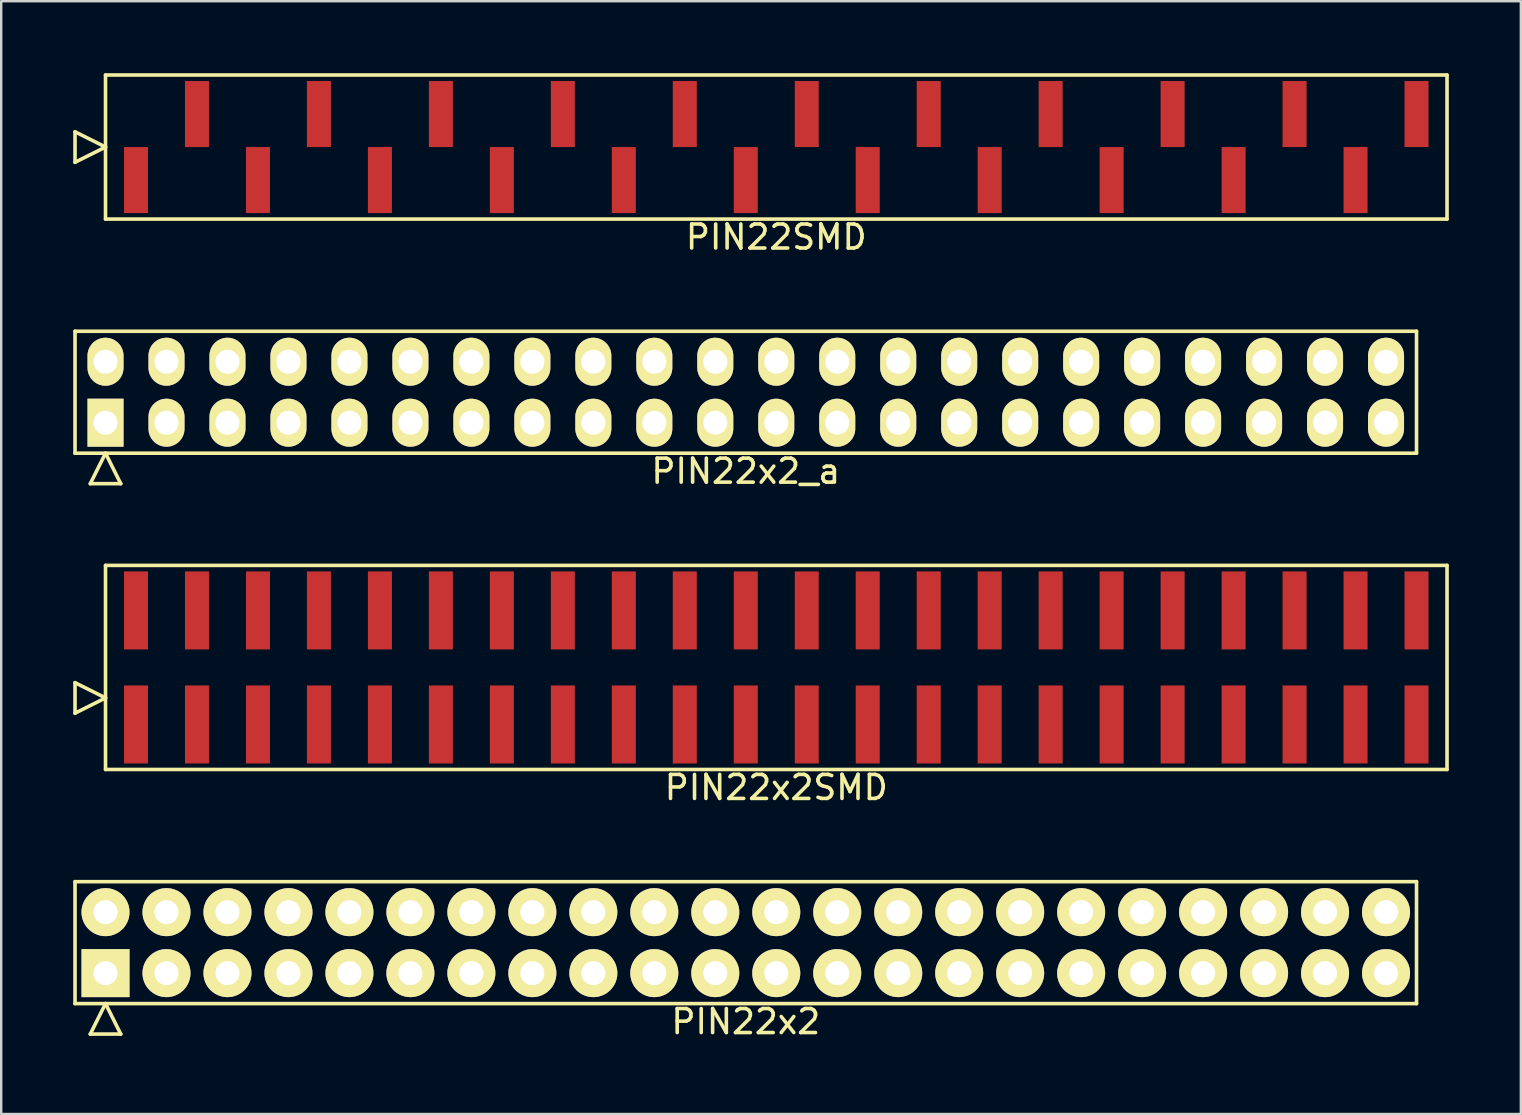
<source format=kicad_pcb>
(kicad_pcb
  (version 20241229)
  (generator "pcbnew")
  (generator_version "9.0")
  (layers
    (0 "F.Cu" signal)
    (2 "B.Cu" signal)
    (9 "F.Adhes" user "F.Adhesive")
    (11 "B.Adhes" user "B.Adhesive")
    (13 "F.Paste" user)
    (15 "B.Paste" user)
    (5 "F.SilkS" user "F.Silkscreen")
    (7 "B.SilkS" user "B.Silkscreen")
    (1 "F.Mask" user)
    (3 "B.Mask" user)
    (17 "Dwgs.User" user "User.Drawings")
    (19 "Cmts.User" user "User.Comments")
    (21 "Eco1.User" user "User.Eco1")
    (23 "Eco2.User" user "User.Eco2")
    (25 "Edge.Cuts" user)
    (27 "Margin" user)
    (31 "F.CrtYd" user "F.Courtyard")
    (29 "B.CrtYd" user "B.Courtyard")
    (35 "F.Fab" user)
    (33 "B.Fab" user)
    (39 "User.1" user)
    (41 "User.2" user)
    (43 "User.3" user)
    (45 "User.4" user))
  (footprint "PIN22x2_a"
    (layer "F.Cu")
    (at 28.015 13.288)
    (property "Reference" "PIN22x2_a" (at 0 3.29 0) (layer "F.SilkS") (effects (font (size 1 1) (thickness 0.15))))
    (attr through_hole)
    (fp_line (start -27.94 -2.54) (end -27.94 2.54) (stroke (width 0.15) (type solid)) (layer "F.SilkS"))
    (fp_line (start -27.94 2.54) (end 27.94 2.54) (stroke (width 0.15) (type solid)) (layer "F.SilkS"))
    (fp_line (start -27.305 3.81) (end -26.67 2.54) (stroke (width 0.15) (type solid)) (layer "F.SilkS"))
    (fp_line (start -27.305 3.81) (end -26.035 3.81) (stroke (width 0.15) (type solid)) (layer "F.SilkS"))
    (fp_line (start -26.035 3.81) (end -26.67 2.54) (stroke (width 0.15) (type solid)) (layer "F.SilkS"))
    (fp_line (start 27.94 -2.54) (end -27.94 -2.54) (stroke (width 0.15) (type solid)) (layer "F.SilkS"))
    (fp_line (start 27.94 2.54) (end 27.94 -2.54) (stroke (width 0.15) (type solid)) (layer "F.SilkS"))
    (pad "1" thru_hole rect (at -26.67 1.27) (size 1.5 2) (drill 1) (layers "*.Cu" "*.Mask" "F.SilkS"))
    (pad "2" thru_hole oval (at -26.67 -1.27) (size 1.5 2) (drill 1) (layers "*.Cu" "*.Mask" "F.SilkS"))
    (pad "3" thru_hole oval (at -24.13 1.27) (size 1.5 2) (drill 1) (layers "*.Cu" "*.Mask" "F.SilkS"))
    (pad "4" thru_hole oval (at -24.13 -1.27) (size 1.5 2) (drill 1) (layers "*.Cu" "*.Mask" "F.SilkS"))
    (pad "5" thru_hole oval (at -21.59 1.27) (size 1.5 2) (drill 1) (layers "*.Cu" "*.Mask" "F.SilkS"))
    (pad "6" thru_hole oval (at -21.59 -1.27) (size 1.5 2) (drill 1) (layers "*.Cu" "*.Mask" "F.SilkS"))
    (pad "7" thru_hole oval (at -19.05 1.27) (size 1.5 2) (drill 1) (layers "*.Cu" "*.Mask" "F.SilkS"))
    (pad "8" thru_hole oval (at -19.05 -1.27) (size 1.5 2) (drill 1) (layers "*.Cu" "*.Mask" "F.SilkS"))
    (pad "9" thru_hole oval (at -16.51 1.27) (size 1.5 2) (drill 1) (layers "*.Cu" "*.Mask" "F.SilkS"))
    (pad "10" thru_hole oval (at -16.51 -1.27) (size 1.5 2) (drill 1) (layers "*.Cu" "*.Mask" "F.SilkS"))
    (pad "11" thru_hole oval (at -13.97 1.27) (size 1.5 2) (drill 1) (layers "*.Cu" "*.Mask" "F.SilkS"))
    (pad "12" thru_hole oval (at -13.97 -1.27) (size 1.5 2) (drill 1) (layers "*.Cu" "*.Mask" "F.SilkS"))
    (pad "13" thru_hole oval (at -11.43 1.27) (size 1.5 2) (drill 1) (layers "*.Cu" "*.Mask" "F.SilkS"))
    (pad "14" thru_hole oval (at -11.43 -1.27) (size 1.5 2) (drill 1) (layers "*.Cu" "*.Mask" "F.SilkS"))
    (pad "15" thru_hole oval (at -8.89 1.27) (size 1.5 2) (drill 1) (layers "*.Cu" "*.Mask" "F.SilkS"))
    (pad "16" thru_hole oval (at -8.89 -1.27) (size 1.5 2) (drill 1) (layers "*.Cu" "*.Mask" "F.SilkS"))
    (pad "17" thru_hole oval (at -6.35 1.27) (size 1.5 2) (drill 1) (layers "*.Cu" "*.Mask" "F.SilkS"))
    (pad "18" thru_hole oval (at -6.35 -1.27) (size 1.5 2) (drill 1) (layers "*.Cu" "*.Mask" "F.SilkS"))
    (pad "19" thru_hole oval (at -3.81 1.27) (size 1.5 2) (drill 1) (layers "*.Cu" "*.Mask" "F.SilkS"))
    (pad "20" thru_hole oval (at -3.81 -1.27) (size 1.5 2) (drill 1) (layers "*.Cu" "*.Mask" "F.SilkS"))
    (pad "21" thru_hole oval (at -1.27 1.27) (size 1.5 2) (drill 1) (layers "*.Cu" "*.Mask" "F.SilkS"))
    (pad "22" thru_hole oval (at -1.27 -1.27) (size 1.5 2) (drill 1) (layers "*.Cu" "*.Mask" "F.SilkS"))
    (pad "23" thru_hole oval (at 1.27 1.27) (size 1.5 2) (drill 1) (layers "*.Cu" "*.Mask" "F.SilkS"))
    (pad "24" thru_hole oval (at 1.27 -1.27) (size 1.5 2) (drill 1) (layers "*.Cu" "*.Mask" "F.SilkS"))
    (pad "25" thru_hole oval (at 3.81 1.27) (size 1.5 2) (drill 1) (layers "*.Cu" "*.Mask" "F.SilkS"))
    (pad "26" thru_hole oval (at 3.81 -1.27) (size 1.5 2) (drill 1) (layers "*.Cu" "*.Mask" "F.SilkS"))
    (pad "27" thru_hole oval (at 6.35 1.27) (size 1.5 2) (drill 1) (layers "*.Cu" "*.Mask" "F.SilkS"))
    (pad "28" thru_hole oval (at 6.35 -1.27) (size 1.5 2) (drill 1) (layers "*.Cu" "*.Mask" "F.SilkS"))
    (pad "29" thru_hole oval (at 8.89 1.27) (size 1.5 2) (drill 1) (layers "*.Cu" "*.Mask" "F.SilkS"))
    (pad "30" thru_hole oval (at 8.89 -1.27) (size 1.5 2) (drill 1) (layers "*.Cu" "*.Mask" "F.SilkS"))
    (pad "31" thru_hole oval (at 11.43 1.27) (size 1.5 2) (drill 1) (layers "*.Cu" "*.Mask" "F.SilkS"))
    (pad "32" thru_hole oval (at 11.43 -1.27) (size 1.5 2) (drill 1) (layers "*.Cu" "*.Mask" "F.SilkS"))
    (pad "33" thru_hole oval (at 13.97 1.27) (size 1.5 2) (drill 1) (layers "*.Cu" "*.Mask" "F.SilkS"))
    (pad "34" thru_hole oval (at 13.97 -1.27) (size 1.5 2) (drill 1) (layers "*.Cu" "*.Mask" "F.SilkS"))
    (pad "35" thru_hole oval (at 16.51 1.27) (size 1.5 2) (drill 1) (layers "*.Cu" "*.Mask" "F.SilkS"))
    (pad "36" thru_hole oval (at 16.51 -1.27) (size 1.5 2) (drill 1) (layers "*.Cu" "*.Mask" "F.SilkS"))
    (pad "37" thru_hole oval (at 19.05 1.27) (size 1.5 2) (drill 1) (layers "*.Cu" "*.Mask" "F.SilkS"))
    (pad "38" thru_hole oval (at 19.05 -1.27) (size 1.5 2) (drill 1) (layers "*.Cu" "*.Mask" "F.SilkS"))
    (pad "39" thru_hole oval (at 21.59 1.27) (size 1.5 2) (drill 1) (layers "*.Cu" "*.Mask" "F.SilkS"))
    (pad "40" thru_hole oval (at 21.59 -1.27) (size 1.5 2) (drill 1) (layers "*.Cu" "*.Mask" "F.SilkS"))
    (pad "41" thru_hole oval (at 24.13 1.27) (size 1.5 2) (drill 1) (layers "*.Cu" "*.Mask" "F.SilkS"))
    (pad "42" thru_hole oval (at 24.13 -1.27) (size 1.5 2) (drill 1) (layers "*.Cu" "*.Mask" "F.SilkS"))
    (pad "43" thru_hole oval (at 26.67 1.27) (size 1.5 2) (drill 1) (layers "*.Cu" "*.Mask" "F.SilkS"))
    (pad "44" thru_hole oval (at 26.67 -1.27) (size 1.5 2) (drill 1) (layers "*.Cu" "*.Mask" "F.SilkS")))
  (footprint "PIN22x2SMD"
    (layer "F.Cu")
    (at 29.285 24.752)
    (property "Reference" "PIN22x2SMD" (at 0 5 0) (layer "F.SilkS") (effects (font (size 1 1) (thickness 0.15))))
    (attr through_hole)
    (fp_line (start -29.21 1.905) (end -29.21 0.635) (stroke (width 0.15) (type solid)) (layer "F.SilkS"))
    (fp_line (start -27.94 -4.25) (end -27.94 4.25) (stroke (width 0.15) (type solid)) (layer "F.SilkS"))
    (fp_line (start -27.94 1.27) (end -29.21 0.635) (stroke (width 0.15) (type solid)) (layer "F.SilkS"))
    (fp_line (start -27.94 1.27) (end -29.21 1.905) (stroke (width 0.15) (type solid)) (layer "F.SilkS"))
    (fp_line (start -27.94 4.25) (end 27.94 4.25) (stroke (width 0.15) (type solid)) (layer "F.SilkS"))
    (fp_line (start 27.94 -4.25) (end -27.94 -4.25) (stroke (width 0.15) (type solid)) (layer "F.SilkS"))
    (fp_line (start 27.94 4.25) (end 27.94 -4.25) (stroke (width 0.15) (type solid)) (layer "F.SilkS"))
    (pad "1" smd rect (at -26.67 2.375) (size 1 3.25) (layers "F.Cu" "F.Mask" "F.Paste"))
    (pad "2" smd rect (at -26.67 -2.375) (size 1 3.25) (layers "F.Cu" "F.Mask" "F.Paste"))
    (pad "3" smd rect (at -24.13 2.375) (size 1 3.25) (layers "F.Cu" "F.Mask" "F.Paste"))
    (pad "4" smd rect (at -24.13 -2.375) (size 1 3.25) (layers "F.Cu" "F.Mask" "F.Paste"))
    (pad "5" smd rect (at -21.59 2.375) (size 1 3.25) (layers "F.Cu" "F.Mask" "F.Paste"))
    (pad "6" smd rect (at -21.59 -2.375) (size 1 3.25) (layers "F.Cu" "F.Mask" "F.Paste"))
    (pad "7" smd rect (at -19.05 2.375) (size 1 3.25) (layers "F.Cu" "F.Mask" "F.Paste"))
    (pad "8" smd rect (at -19.05 -2.375) (size 1 3.25) (layers "F.Cu" "F.Mask" "F.Paste"))
    (pad "9" smd rect (at -16.51 2.375) (size 1 3.25) (layers "F.Cu" "F.Mask" "F.Paste"))
    (pad "10" smd rect (at -16.51 -2.375) (size 1 3.25) (layers "F.Cu" "F.Mask" "F.Paste"))
    (pad "11" smd rect (at -13.97 2.375) (size 1 3.25) (layers "F.Cu" "F.Mask" "F.Paste"))
    (pad "12" smd rect (at -13.97 -2.375) (size 1 3.25) (layers "F.Cu" "F.Mask" "F.Paste"))
    (pad "13" smd rect (at -11.43 2.375) (size 1 3.25) (layers "F.Cu" "F.Mask" "F.Paste"))
    (pad "14" smd rect (at -11.43 -2.375) (size 1 3.25) (layers "F.Cu" "F.Mask" "F.Paste"))
    (pad "15" smd rect (at -8.89 2.375) (size 1 3.25) (layers "F.Cu" "F.Mask" "F.Paste"))
    (pad "16" smd rect (at -8.89 -2.375) (size 1 3.25) (layers "F.Cu" "F.Mask" "F.Paste"))
    (pad "17" smd rect (at -6.35 2.375) (size 1 3.25) (layers "F.Cu" "F.Mask" "F.Paste"))
    (pad "18" smd rect (at -6.35 -2.375) (size 1 3.25) (layers "F.Cu" "F.Mask" "F.Paste"))
    (pad "19" smd rect (at -3.81 2.375) (size 1 3.25) (layers "F.Cu" "F.Mask" "F.Paste"))
    (pad "20" smd rect (at -3.81 -2.375) (size 1 3.25) (layers "F.Cu" "F.Mask" "F.Paste"))
    (pad "21" smd rect (at -1.27 2.375) (size 1 3.25) (layers "F.Cu" "F.Mask" "F.Paste"))
    (pad "22" smd rect (at -1.27 -2.375) (size 1 3.25) (layers "F.Cu" "F.Mask" "F.Paste"))
    (pad "23" smd rect (at 1.27 2.375) (size 1 3.25) (layers "F.Cu" "F.Mask" "F.Paste"))
    (pad "24" smd rect (at 1.27 -2.375) (size 1 3.25) (layers "F.Cu" "F.Mask" "F.Paste"))
    (pad "25" smd rect (at 3.81 2.375) (size 1 3.25) (layers "F.Cu" "F.Mask" "F.Paste"))
    (pad "26" smd rect (at 3.81 -2.375) (size 1 3.25) (layers "F.Cu" "F.Mask" "F.Paste"))
    (pad "27" smd rect (at 6.35 2.375) (size 1 3.25) (layers "F.Cu" "F.Mask" "F.Paste"))
    (pad "28" smd rect (at 6.35 -2.375) (size 1 3.25) (layers "F.Cu" "F.Mask" "F.Paste"))
    (pad "29" smd rect (at 8.89 2.375) (size 1 3.25) (layers "F.Cu" "F.Mask" "F.Paste"))
    (pad "30" smd rect (at 8.89 -2.375) (size 1 3.25) (layers "F.Cu" "F.Mask" "F.Paste"))
    (pad "31" smd rect (at 11.43 2.375) (size 1 3.25) (layers "F.Cu" "F.Mask" "F.Paste"))
    (pad "32" smd rect (at 11.43 -2.375) (size 1 3.25) (layers "F.Cu" "F.Mask" "F.Paste"))
    (pad "33" smd rect (at 13.97 2.375) (size 1 3.25) (layers "F.Cu" "F.Mask" "F.Paste"))
    (pad "34" smd rect (at 13.97 -2.375) (size 1 3.25) (layers "F.Cu" "F.Mask" "F.Paste"))
    (pad "35" smd rect (at 16.51 2.375) (size 1 3.25) (layers "F.Cu" "F.Mask" "F.Paste"))
    (pad "36" smd rect (at 16.51 -2.375) (size 1 3.25) (layers "F.Cu" "F.Mask" "F.Paste"))
    (pad "37" smd rect (at 19.05 2.375) (size 1 3.25) (layers "F.Cu" "F.Mask" "F.Paste"))
    (pad "38" smd rect (at 19.05 -2.375) (size 1 3.25) (layers "F.Cu" "F.Mask" "F.Paste"))
    (pad "39" smd rect (at 21.59 2.375) (size 1 3.25) (layers "F.Cu" "F.Mask" "F.Paste"))
    (pad "40" smd rect (at 21.59 -2.375) (size 1 3.25) (layers "F.Cu" "F.Mask" "F.Paste"))
    (pad "41" smd rect (at 24.13 2.375) (size 1 3.25) (layers "F.Cu" "F.Mask" "F.Paste"))
    (pad "42" smd rect (at 24.13 -2.375) (size 1 3.25) (layers "F.Cu" "F.Mask" "F.Paste"))
    (pad "43" smd rect (at 26.67 2.375) (size 1 3.25) (layers "F.Cu" "F.Mask" "F.Paste"))
    (pad "44" smd rect (at 26.67 -2.375) (size 1 3.25) (layers "F.Cu" "F.Mask" "F.Paste")))
  (footprint "PIN22x2"
    (layer "F.Cu")
    (at 28.015 36.215)
    (property "Reference" "PIN22x2" (at 0 3.29 0) (layer "F.SilkS") (effects (font (size 1 1) (thickness 0.15))))
    (attr through_hole)
    (fp_line (start -27.94 -2.54) (end -27.94 2.54) (stroke (width 0.15) (type solid)) (layer "F.SilkS"))
    (fp_line (start -27.94 2.54) (end 27.94 2.54) (stroke (width 0.15) (type solid)) (layer "F.SilkS"))
    (fp_line (start -27.305 3.81) (end -26.67 2.54) (stroke (width 0.15) (type solid)) (layer "F.SilkS"))
    (fp_line (start -27.305 3.81) (end -26.035 3.81) (stroke (width 0.15) (type solid)) (layer "F.SilkS"))
    (fp_line (start -26.035 3.81) (end -26.67 2.54) (stroke (width 0.15) (type solid)) (layer "F.SilkS"))
    (fp_line (start 27.94 -2.54) (end -27.94 -2.54) (stroke (width 0.15) (type solid)) (layer "F.SilkS"))
    (fp_line (start 27.94 2.54) (end 27.94 -2.54) (stroke (width 0.15) (type solid)) (layer "F.SilkS"))
    (pad "1" thru_hole rect (at -26.67 1.27) (size 2 2) (drill 1) (layers "*.Cu" "*.Mask" "F.SilkS"))
    (pad "2" thru_hole oval (at -26.67 -1.27) (size 2 2) (drill 1) (layers "*.Cu" "*.Mask" "F.SilkS"))
    (pad "3" thru_hole oval (at -24.13 1.27) (size 2 2) (drill 1) (layers "*.Cu" "*.Mask" "F.SilkS"))
    (pad "4" thru_hole oval (at -24.13 -1.27) (size 2 2) (drill 1) (layers "*.Cu" "*.Mask" "F.SilkS"))
    (pad "5" thru_hole oval (at -21.59 1.27) (size 2 2) (drill 1) (layers "*.Cu" "*.Mask" "F.SilkS"))
    (pad "6" thru_hole oval (at -21.59 -1.27) (size 2 2) (drill 1) (layers "*.Cu" "*.Mask" "F.SilkS"))
    (pad "7" thru_hole oval (at -19.05 1.27) (size 2 2) (drill 1) (layers "*.Cu" "*.Mask" "F.SilkS"))
    (pad "8" thru_hole oval (at -19.05 -1.27) (size 2 2) (drill 1) (layers "*.Cu" "*.Mask" "F.SilkS"))
    (pad "9" thru_hole oval (at -16.51 1.27) (size 2 2) (drill 1) (layers "*.Cu" "*.Mask" "F.SilkS"))
    (pad "10" thru_hole oval (at -16.51 -1.27) (size 2 2) (drill 1) (layers "*.Cu" "*.Mask" "F.SilkS"))
    (pad "11" thru_hole oval (at -13.97 1.27) (size 2 2) (drill 1) (layers "*.Cu" "*.Mask" "F.SilkS"))
    (pad "12" thru_hole oval (at -13.97 -1.27) (size 2 2) (drill 1) (layers "*.Cu" "*.Mask" "F.SilkS"))
    (pad "13" thru_hole oval (at -11.43 1.27) (size 2 2) (drill 1) (layers "*.Cu" "*.Mask" "F.SilkS"))
    (pad "14" thru_hole oval (at -11.43 -1.27) (size 2 2) (drill 1) (layers "*.Cu" "*.Mask" "F.SilkS"))
    (pad "15" thru_hole oval (at -8.89 1.27) (size 2 2) (drill 1) (layers "*.Cu" "*.Mask" "F.SilkS"))
    (pad "16" thru_hole oval (at -8.89 -1.27) (size 2 2) (drill 1) (layers "*.Cu" "*.Mask" "F.SilkS"))
    (pad "17" thru_hole oval (at -6.35 1.27) (size 2 2) (drill 1) (layers "*.Cu" "*.Mask" "F.SilkS"))
    (pad "18" thru_hole oval (at -6.35 -1.27) (size 2 2) (drill 1) (layers "*.Cu" "*.Mask" "F.SilkS"))
    (pad "19" thru_hole oval (at -3.81 1.27) (size 2 2) (drill 1) (layers "*.Cu" "*.Mask" "F.SilkS"))
    (pad "20" thru_hole oval (at -3.81 -1.27) (size 2 2) (drill 1) (layers "*.Cu" "*.Mask" "F.SilkS"))
    (pad "21" thru_hole oval (at -1.27 1.27) (size 2 2) (drill 1) (layers "*.Cu" "*.Mask" "F.SilkS"))
    (pad "22" thru_hole oval (at -1.27 -1.27) (size 2 2) (drill 1) (layers "*.Cu" "*.Mask" "F.SilkS"))
    (pad "23" thru_hole oval (at 1.27 1.27) (size 2 2) (drill 1) (layers "*.Cu" "*.Mask" "F.SilkS"))
    (pad "24" thru_hole oval (at 1.27 -1.27) (size 2 2) (drill 1) (layers "*.Cu" "*.Mask" "F.SilkS"))
    (pad "25" thru_hole oval (at 3.81 1.27) (size 2 2) (drill 1) (layers "*.Cu" "*.Mask" "F.SilkS"))
    (pad "26" thru_hole oval (at 3.81 -1.27) (size 2 2) (drill 1) (layers "*.Cu" "*.Mask" "F.SilkS"))
    (pad "27" thru_hole oval (at 6.35 1.27) (size 2 2) (drill 1) (layers "*.Cu" "*.Mask" "F.SilkS"))
    (pad "28" thru_hole oval (at 6.35 -1.27) (size 2 2) (drill 1) (layers "*.Cu" "*.Mask" "F.SilkS"))
    (pad "29" thru_hole oval (at 8.89 1.27) (size 2 2) (drill 1) (layers "*.Cu" "*.Mask" "F.SilkS"))
    (pad "30" thru_hole oval (at 8.89 -1.27) (size 2 2) (drill 1) (layers "*.Cu" "*.Mask" "F.SilkS"))
    (pad "31" thru_hole oval (at 11.43 1.27) (size 2 2) (drill 1) (layers "*.Cu" "*.Mask" "F.SilkS"))
    (pad "32" thru_hole oval (at 11.43 -1.27) (size 2 2) (drill 1) (layers "*.Cu" "*.Mask" "F.SilkS"))
    (pad "33" thru_hole oval (at 13.97 1.27) (size 2 2) (drill 1) (layers "*.Cu" "*.Mask" "F.SilkS"))
    (pad "34" thru_hole oval (at 13.97 -1.27) (size 2 2) (drill 1) (layers "*.Cu" "*.Mask" "F.SilkS"))
    (pad "35" thru_hole oval (at 16.51 1.27) (size 2 2) (drill 1) (layers "*.Cu" "*.Mask" "F.SilkS"))
    (pad "36" thru_hole oval (at 16.51 -1.27) (size 2 2) (drill 1) (layers "*.Cu" "*.Mask" "F.SilkS"))
    (pad "37" thru_hole oval (at 19.05 1.27) (size 2 2) (drill 1) (layers "*.Cu" "*.Mask" "F.SilkS"))
    (pad "38" thru_hole oval (at 19.05 -1.27) (size 2 2) (drill 1) (layers "*.Cu" "*.Mask" "F.SilkS"))
    (pad "39" thru_hole oval (at 21.59 1.27) (size 2 2) (drill 1) (layers "*.Cu" "*.Mask" "F.SilkS"))
    (pad "40" thru_hole oval (at 21.59 -1.27) (size 2 2) (drill 1) (layers "*.Cu" "*.Mask" "F.SilkS"))
    (pad "41" thru_hole oval (at 24.13 1.27) (size 2 2) (drill 1) (layers "*.Cu" "*.Mask" "F.SilkS"))
    (pad "42" thru_hole oval (at 24.13 -1.27) (size 2 2) (drill 1) (layers "*.Cu" "*.Mask" "F.SilkS"))
    (pad "43" thru_hole oval (at 26.67 1.27) (size 2 2) (drill 1) (layers "*.Cu" "*.Mask" "F.SilkS"))
    (pad "44" thru_hole oval (at 26.67 -1.27) (size 2 2) (drill 1) (layers "*.Cu" "*.Mask" "F.SilkS")))
  (footprint "PIN22SMD"
    (layer "F.Cu")
    (at 29.285 3.075)
    (property "Reference" "PIN22SMD" (at 0 3.75 0) (layer "F.SilkS") (effects (font (size 1 1) (thickness 0.15))))
    (attr through_hole)
    (fp_line (start -29.21 0.635) (end -29.21 -0.635) (stroke (width 0.15) (type solid)) (layer "F.SilkS"))
    (fp_line (start -27.94 -3) (end -27.94 3) (stroke (width 0.15) (type solid)) (layer "F.SilkS"))
    (fp_line (start -27.94 0) (end -29.21 -0.635) (stroke (width 0.15) (type solid)) (layer "F.SilkS"))
    (fp_line (start -27.94 0) (end -29.21 0.635) (stroke (width 0.15) (type solid)) (layer "F.SilkS"))
    (fp_line (start -27.94 3) (end 27.94 3) (stroke (width 0.15) (type solid)) (layer "F.SilkS"))
    (fp_line (start 27.94 -3) (end -27.94 -3) (stroke (width 0.15) (type solid)) (layer "F.SilkS"))
    (fp_line (start 27.94 3) (end 27.94 -3) (stroke (width 0.15) (type solid)) (layer "F.SilkS"))
    (pad "1" smd rect (at -26.67 1.375) (size 1 2.75) (layers "F.Cu" "F.Mask" "F.Paste"))
    (pad "2" smd rect (at -24.13 -1.375) (size 1 2.75) (layers "F.Cu" "F.Mask" "F.Paste"))
    (pad "3" smd rect (at -21.59 1.375) (size 1 2.75) (layers "F.Cu" "F.Mask" "F.Paste"))
    (pad "4" smd rect (at -19.05 -1.375) (size 1 2.75) (layers "F.Cu" "F.Mask" "F.Paste"))
    (pad "5" smd rect (at -16.51 1.375) (size 1 2.75) (layers "F.Cu" "F.Mask" "F.Paste"))
    (pad "6" smd rect (at -13.97 -1.375) (size 1 2.75) (layers "F.Cu" "F.Mask" "F.Paste"))
    (pad "7" smd rect (at -11.43 1.375) (size 1 2.75) (layers "F.Cu" "F.Mask" "F.Paste"))
    (pad "8" smd rect (at -8.89 -1.375) (size 1 2.75) (layers "F.Cu" "F.Mask" "F.Paste"))
    (pad "9" smd rect (at -6.35 1.375) (size 1 2.75) (layers "F.Cu" "F.Mask" "F.Paste"))
    (pad "10" smd rect (at -3.81 -1.375) (size 1 2.75) (layers "F.Cu" "F.Mask" "F.Paste"))
    (pad "11" smd rect (at -1.27 1.375) (size 1 2.75) (layers "F.Cu" "F.Mask" "F.Paste"))
    (pad "12" smd rect (at 1.27 -1.375) (size 1 2.75) (layers "F.Cu" "F.Mask" "F.Paste"))
    (pad "13" smd rect (at 3.81 1.375) (size 1 2.75) (layers "F.Cu" "F.Mask" "F.Paste"))
    (pad "14" smd rect (at 6.35 -1.375) (size 1 2.75) (layers "F.Cu" "F.Mask" "F.Paste"))
    (pad "15" smd rect (at 8.89 1.375) (size 1 2.75) (layers "F.Cu" "F.Mask" "F.Paste"))
    (pad "16" smd rect (at 11.43 -1.375) (size 1 2.75) (layers "F.Cu" "F.Mask" "F.Paste"))
    (pad "17" smd rect (at 13.97 1.375) (size 1 2.75) (layers "F.Cu" "F.Mask" "F.Paste"))
    (pad "18" smd rect (at 16.51 -1.375) (size 1 2.75) (layers "F.Cu" "F.Mask" "F.Paste"))
    (pad "19" smd rect (at 19.05 1.375) (size 1 2.75) (layers "F.Cu" "F.Mask" "F.Paste"))
    (pad "20" smd rect (at 21.59 -1.375) (size 1 2.75) (layers "F.Cu" "F.Mask" "F.Paste"))
    (pad "21" smd rect (at 24.13 1.375) (size 1 2.75) (layers "F.Cu" "F.Mask" "F.Paste"))
    (pad "22" smd rect (at 26.67 -1.375) (size 1 2.75) (layers "F.Cu" "F.Mask" "F.Paste")))
  (gr_rect
    (start -3 -3)
    (end 60.3 43.353)
    (stroke (width 0.1) (type default))
    (fill no)
    (layer "Edge.Cuts")))
</source>
